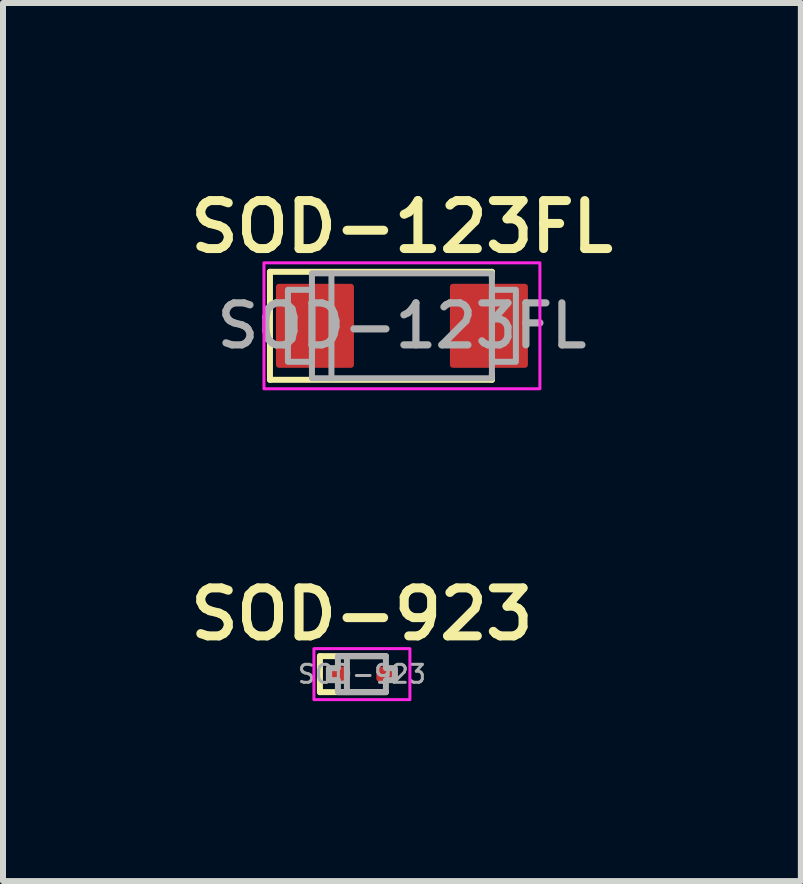
<source format=kicad_pcb>
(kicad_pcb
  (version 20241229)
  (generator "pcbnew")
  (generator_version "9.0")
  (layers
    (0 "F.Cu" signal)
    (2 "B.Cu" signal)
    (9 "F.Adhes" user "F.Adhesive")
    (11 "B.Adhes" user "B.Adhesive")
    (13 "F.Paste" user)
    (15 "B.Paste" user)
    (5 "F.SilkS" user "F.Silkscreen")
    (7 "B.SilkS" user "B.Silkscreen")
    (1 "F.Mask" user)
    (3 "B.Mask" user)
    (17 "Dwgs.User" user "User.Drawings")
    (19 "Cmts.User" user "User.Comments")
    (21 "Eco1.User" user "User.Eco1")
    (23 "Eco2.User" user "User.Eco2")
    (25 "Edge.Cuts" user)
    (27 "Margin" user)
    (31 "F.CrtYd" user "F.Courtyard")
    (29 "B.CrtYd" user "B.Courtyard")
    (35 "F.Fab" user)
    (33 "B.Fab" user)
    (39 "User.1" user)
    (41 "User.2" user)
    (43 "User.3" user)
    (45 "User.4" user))
  (footprint "SOD-123FL"
    (layer "F.Cu")
    (at 3.65 2.381)
    (property "Reference" "SOD-123FL" (at 0 -1.65 0) (layer "F.SilkS") (effects (font (size 0.8 0.8) (thickness 0.15))))
    (attr smd)
    (fp_line (start -2.2 -0.9) (end -2.2 0.9) (stroke (width 0.1) (type solid)) (layer "F.SilkS"))
    (fp_line (start -2.2 0.9) (end 1.5 0.9) (stroke (width 0.1) (type solid)) (layer "F.SilkS"))
    (fp_line (start 1.5 -0.9) (end -2.2 -0.9) (stroke (width 0.1) (type solid)) (layer "F.SilkS"))
    (fp_line (start 1.5 -0.8) (end 1.5 -0.9) (stroke (width 0.1) (type solid)) (layer "F.SilkS"))
    (fp_line (start 1.5 0.9) (end 1.5 0.8) (stroke (width 0.1) (type solid)) (layer "F.SilkS"))
    (fp_rect (start 2.3 -1.05) (end -2.3 1.05) (stroke (width 0.05) (type solid)) (fill no) (layer "F.CrtYd"))
    (fp_line (start -1.175 -0.875) (end -1.175 0.875) (stroke (width 0.1) (type default)) (layer "F.Fab"))
    (fp_rect (start -1.9 -0.6) (end -1.5 0.6) (stroke (width 0.1) (type solid)) (fill no) (layer "F.Fab"))
    (fp_rect (start -1.5 -0.875) (end 1.5 0.875) (stroke (width 0.1) (type solid)) (fill no) (layer "F.Fab"))
    (fp_rect (start 1.5 -0.6) (end 1.9 0.6) (stroke (width 0.1) (type solid)) (fill no) (layer "F.Fab"))
    (fp_text user "${REFERENCE}" (at 0 0 0) (unlocked yes) (layer "F.Fab") (effects (font (size 0.7 0.7) (thickness 0.12) (bold yes))))
    (pad "1" smd roundrect (at -1.45 0 180) (size 1.3 1.4) (layers "F.Cu" "F.Mask" "F.Paste") (roundrect_rratio 0.038))
    (pad "2" smd roundrect (at 1.45 0 180) (size 1.3 1.4) (layers "F.Cu" "F.Mask" "F.Paste") (roundrect_rratio 0.038)))
  (footprint "SOD-923"
    (layer "F.Cu")
    (at 2.983 8.188)
    (property "Reference" "SOD-923" (at 0 -1 0) (layer "F.SilkS") (effects (font (size 0.8 0.8) (thickness 0.15))))
    (attr smd)
    (fp_line (start -0.7 -0.3) (end 0.4 -0.3) (stroke (width 0.1) (type solid)) (layer "F.SilkS"))
    (fp_line (start -0.7 0.3) (end -0.7 -0.3) (stroke (width 0.1) (type solid)) (layer "F.SilkS"))
    (fp_line (start 0.4 0.3) (end -0.7 0.3) (stroke (width 0.1) (type solid)) (layer "F.SilkS"))
    (fp_rect (start -0.8 -0.425) (end 0.8 0.425) (stroke (width 0.05) (type default)) (fill no) (layer "F.CrtYd"))
    (fp_line (start -0.25 -0.3) (end -0.25 0.3) (stroke (width 0.1) (type solid)) (layer "F.Fab"))
    (fp_poly (pts (xy 0.4 -0.3) (xy -0.4 -0.3) (xy -0.4 -0.1) (xy -0.55 -0.1) (xy -0.55 0.1) (xy -0.4 0.1) (xy -0.4 0.3) (xy 0.4 0.3) (xy 0.4 0.1) (xy 0.55 0.1) (xy 0.55 -0.1) (xy 0.4 -0.1)) (stroke (width 0.1) (type solid)) (fill no) (layer "F.Fab"))
    (fp_text user "${REFERENCE}" (at 0 0 0) (layer "F.Fab") (effects (font (size 0.3 0.3) (thickness 0.05))))
    (pad "1" smd roundrect (at -0.42 0 180) (size 0.36 0.25) (layers "F.Cu" "F.Mask" "F.Paste") (roundrect_rratio 0.2))
    (pad "2" smd roundrect (at 0.42 0 180) (size 0.36 0.25) (layers "F.Cu" "F.Mask" "F.Paste") (roundrect_rratio 0.2)))
  (gr_rect
    (start -3 -3)
    (end 10.3 11.637)
    (stroke (width 0.1) (type default))
    (fill no)
    (layer "Edge.Cuts")))
</source>
